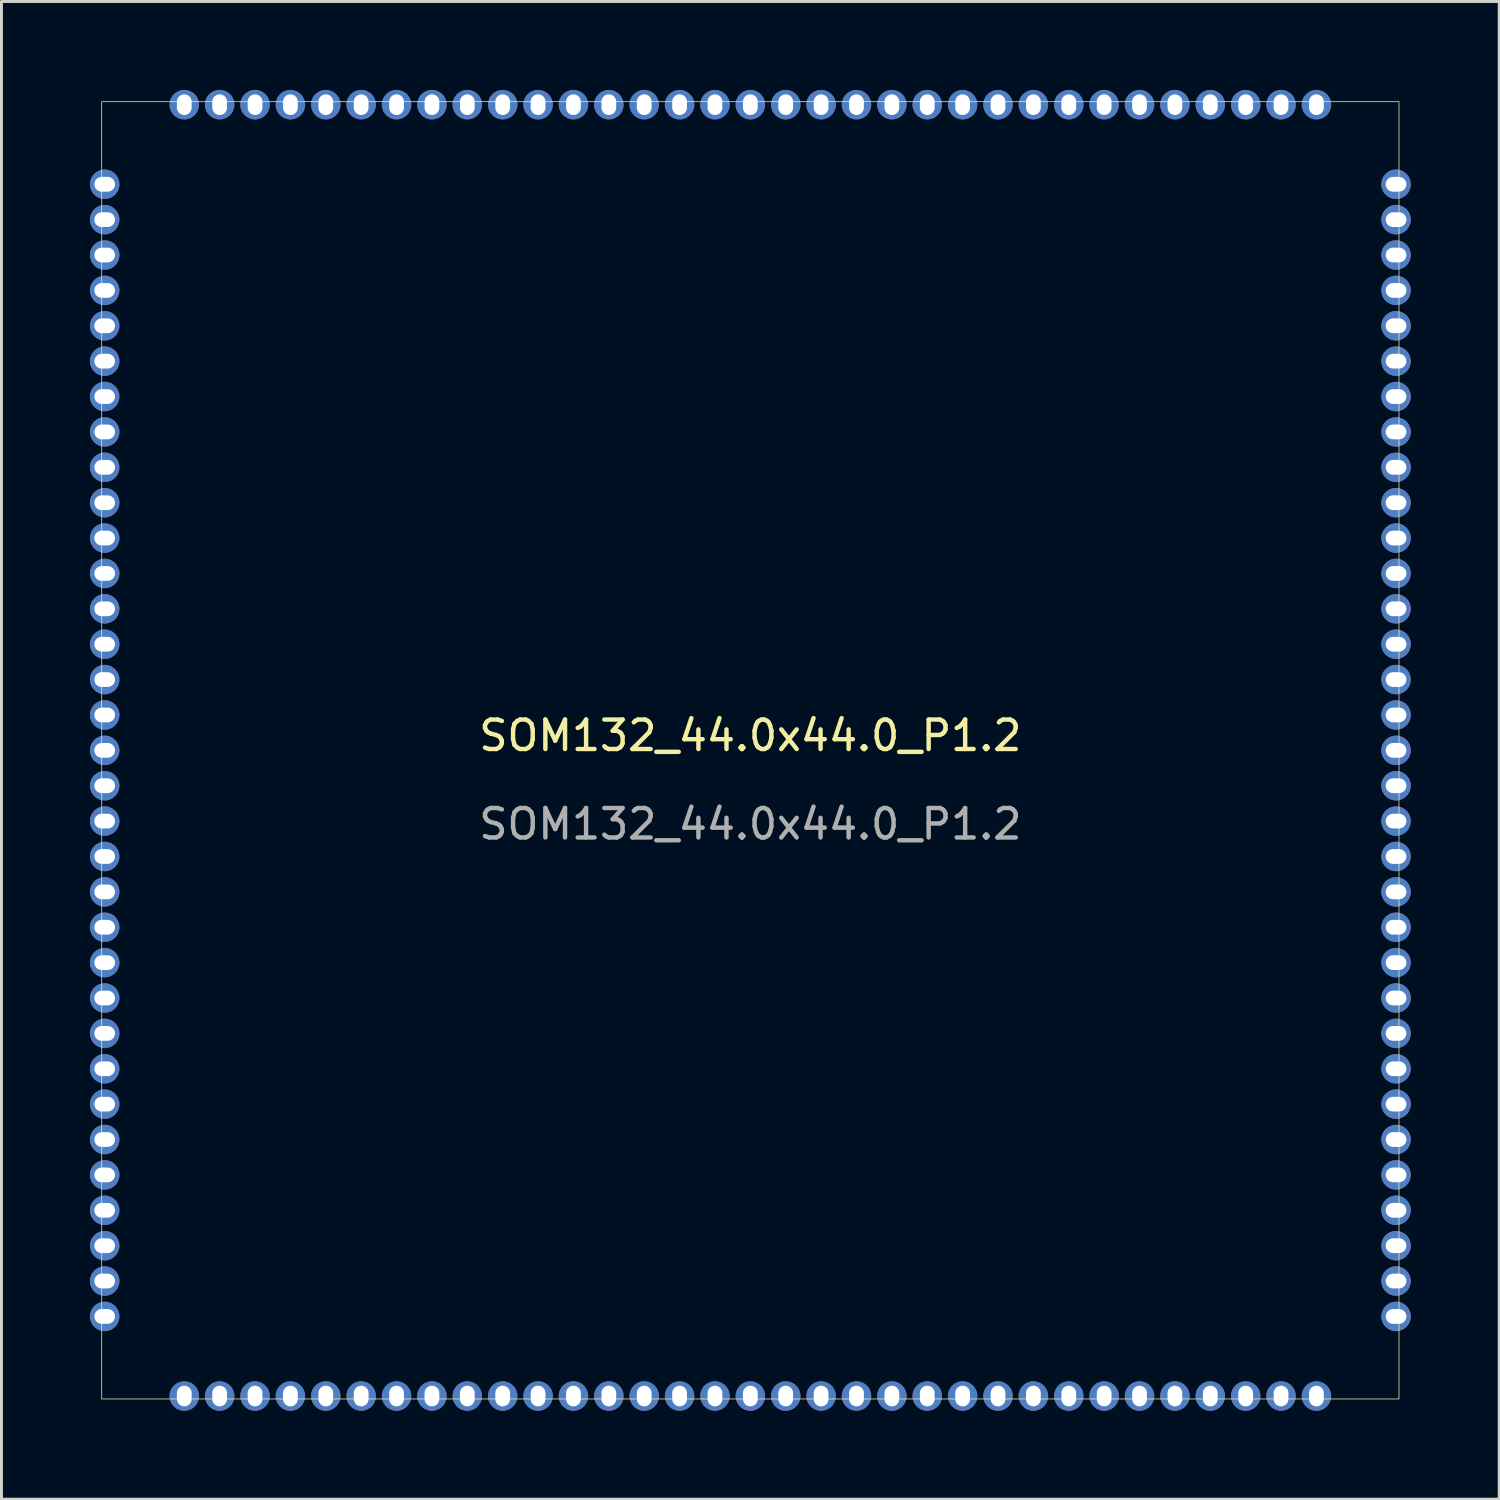
<source format=kicad_pcb>
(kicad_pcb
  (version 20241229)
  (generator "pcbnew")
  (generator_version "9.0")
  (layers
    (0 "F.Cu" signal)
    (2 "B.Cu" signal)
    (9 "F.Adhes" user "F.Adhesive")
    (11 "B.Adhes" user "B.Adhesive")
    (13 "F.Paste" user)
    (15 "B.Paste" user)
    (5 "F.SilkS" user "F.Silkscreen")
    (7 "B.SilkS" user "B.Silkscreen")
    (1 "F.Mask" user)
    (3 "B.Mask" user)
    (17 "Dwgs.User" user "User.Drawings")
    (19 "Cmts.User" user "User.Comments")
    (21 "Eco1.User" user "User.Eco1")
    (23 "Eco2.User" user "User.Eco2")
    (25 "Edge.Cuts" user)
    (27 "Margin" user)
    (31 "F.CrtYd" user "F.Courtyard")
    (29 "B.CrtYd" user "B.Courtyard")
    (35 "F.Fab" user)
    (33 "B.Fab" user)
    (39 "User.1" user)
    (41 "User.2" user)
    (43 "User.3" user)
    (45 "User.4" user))
  (footprint "SOM132_44.0x44.0_P1.2"
    (layer "F.Cu")
    (at 22.4 22.4)
    (property "Reference" "SOM132_44.0x44.0_P1.2" (at 0 -0.5 0) (unlocked yes) (layer "F.SilkS") (effects (font (size 1 1) (thickness 0.15))))
    (attr smd)
    (fp_rect (start -22 -22) (end 22 22) (stroke (width 0.025) (type solid)) (fill no) (layer "F.SilkS"))
    (fp_text user "${REFERENCE}" (at 0 2.5 0) (unlocked yes) (layer "F.Fab") (effects (font (size 1 1) (thickness 0.15))))
    (pad "1" thru_hole circle (at -21.9 -19.2) (size 1 1) (drill oval 0.7 0.5) (layers "*.Cu" "*.Mask"))
    (pad "2" thru_hole circle (at -21.9 -18) (size 1 1) (drill oval 0.7 0.5) (layers "*.Cu" "*.Mask"))
    (pad "3" thru_hole circle (at -21.9 -16.8) (size 1 1) (drill oval 0.7 0.5) (layers "*.Cu" "*.Mask"))
    (pad "4" thru_hole circle (at -21.9 -15.6) (size 1 1) (drill oval 0.7 0.5) (layers "*.Cu" "*.Mask"))
    (pad "5" thru_hole circle (at -21.9 -14.4) (size 1 1) (drill oval 0.7 0.5) (layers "*.Cu" "*.Mask"))
    (pad "6" thru_hole circle (at -21.9 -13.2) (size 1 1) (drill oval 0.7 0.5) (layers "*.Cu" "*.Mask"))
    (pad "7" thru_hole circle (at -21.9 -12) (size 1 1) (drill oval 0.7 0.5) (layers "*.Cu" "*.Mask"))
    (pad "8" thru_hole circle (at -21.9 -10.8) (size 1 1) (drill oval 0.7 0.5) (layers "*.Cu" "*.Mask"))
    (pad "9" thru_hole circle (at -21.9 -9.6) (size 1 1) (drill oval 0.7 0.5) (layers "*.Cu" "*.Mask"))
    (pad "10" thru_hole circle (at -21.9 -8.4) (size 1 1) (drill oval 0.7 0.5) (layers "*.Cu" "*.Mask"))
    (pad "11" thru_hole circle (at -21.9 -7.2) (size 1 1) (drill oval 0.7 0.5) (layers "*.Cu" "*.Mask"))
    (pad "12" thru_hole circle (at -21.9 -6) (size 1 1) (drill oval 0.7 0.5) (layers "*.Cu" "*.Mask"))
    (pad "13" thru_hole circle (at -21.9 -4.8) (size 1 1) (drill oval 0.7 0.5) (layers "*.Cu" "*.Mask"))
    (pad "14" thru_hole circle (at -21.9 -3.6) (size 1 1) (drill oval 0.7 0.5) (layers "*.Cu" "*.Mask"))
    (pad "15" thru_hole circle (at -21.9 -2.4) (size 1 1) (drill oval 0.7 0.5) (layers "*.Cu" "*.Mask"))
    (pad "16" thru_hole circle (at -21.9 -1.2) (size 1 1) (drill oval 0.7 0.5) (layers "*.Cu" "*.Mask"))
    (pad "17" thru_hole circle (at -21.9 0) (size 1 1) (drill oval 0.7 0.5) (layers "*.Cu" "*.Mask"))
    (pad "18" thru_hole circle (at -21.9 1.2) (size 1 1) (drill oval 0.7 0.5) (layers "*.Cu" "*.Mask"))
    (pad "19" thru_hole circle (at -21.9 2.4) (size 1 1) (drill oval 0.7 0.5) (layers "*.Cu" "*.Mask"))
    (pad "20" thru_hole circle (at -21.9 3.6) (size 1 1) (drill oval 0.7 0.5) (layers "*.Cu" "*.Mask"))
    (pad "21" thru_hole circle (at -21.9 4.8) (size 1 1) (drill oval 0.7 0.5) (layers "*.Cu" "*.Mask"))
    (pad "22" thru_hole circle (at -21.9 6) (size 1 1) (drill oval 0.7 0.5) (layers "*.Cu" "*.Mask"))
    (pad "23" thru_hole circle (at -21.9 7.2) (size 1 1) (drill oval 0.7 0.5) (layers "*.Cu" "*.Mask"))
    (pad "24" thru_hole circle (at -21.9 8.4) (size 1 1) (drill oval 0.7 0.5) (layers "*.Cu" "*.Mask"))
    (pad "25" thru_hole circle (at -21.9 9.6) (size 1 1) (drill oval 0.7 0.5) (layers "*.Cu" "*.Mask"))
    (pad "26" thru_hole circle (at -21.9 10.8) (size 1 1) (drill oval 0.7 0.5) (layers "*.Cu" "*.Mask"))
    (pad "27" thru_hole circle (at -21.9 12) (size 1 1) (drill oval 0.7 0.5) (layers "*.Cu" "*.Mask"))
    (pad "28" thru_hole circle (at -21.9 13.2) (size 1 1) (drill oval 0.7 0.5) (layers "*.Cu" "*.Mask"))
    (pad "29" thru_hole circle (at -21.9 14.4) (size 1 1) (drill oval 0.7 0.5) (layers "*.Cu" "*.Mask"))
    (pad "30" thru_hole circle (at -21.9 15.6) (size 1 1) (drill oval 0.7 0.5) (layers "*.Cu" "*.Mask"))
    (pad "31" thru_hole circle (at -21.9 16.8) (size 1 1) (drill oval 0.7 0.5) (layers "*.Cu" "*.Mask"))
    (pad "32" thru_hole circle (at -21.9 18) (size 1 1) (drill oval 0.7 0.5) (layers "*.Cu" "*.Mask"))
    (pad "33" thru_hole circle (at -21.9 19.2) (size 1 1) (drill oval 0.7 0.5) (layers "*.Cu" "*.Mask"))
    (pad "34" thru_hole circle (at -19.2 21.9 90) (size 1 1) (drill oval 0.7 0.5) (layers "*.Cu" "*.Mask"))
    (pad "35" thru_hole circle (at -18 21.9 90) (size 1 1) (drill oval 0.7 0.5) (layers "*.Cu" "*.Mask"))
    (pad "36" thru_hole circle (at -16.8 21.9 90) (size 1 1) (drill oval 0.7 0.5) (layers "*.Cu" "*.Mask"))
    (pad "37" thru_hole circle (at -15.6 21.9 90) (size 1 1) (drill oval 0.7 0.5) (layers "*.Cu" "*.Mask"))
    (pad "38" thru_hole circle (at -14.4 21.9 90) (size 1 1) (drill oval 0.7 0.5) (layers "*.Cu" "*.Mask"))
    (pad "39" thru_hole circle (at -13.2 21.9 90) (size 1 1) (drill oval 0.7 0.5) (layers "*.Cu" "*.Mask"))
    (pad "40" thru_hole circle (at -12 21.9 90) (size 1 1) (drill oval 0.7 0.5) (layers "*.Cu" "*.Mask"))
    (pad "41" thru_hole circle (at -10.8 21.9 90) (size 1 1) (drill oval 0.7 0.5) (layers "*.Cu" "*.Mask"))
    (pad "42" thru_hole circle (at -9.6 21.9 90) (size 1 1) (drill oval 0.7 0.5) (layers "*.Cu" "*.Mask"))
    (pad "43" thru_hole circle (at -8.4 21.9 90) (size 1 1) (drill oval 0.7 0.5) (layers "*.Cu" "*.Mask"))
    (pad "44" thru_hole circle (at -7.2 21.9 90) (size 1 1) (drill oval 0.7 0.5) (layers "*.Cu" "*.Mask"))
    (pad "45" thru_hole circle (at -6 21.9 90) (size 1 1) (drill oval 0.7 0.5) (layers "*.Cu" "*.Mask"))
    (pad "46" thru_hole circle (at -4.8 21.9 90) (size 1 1) (drill oval 0.7 0.5) (layers "*.Cu" "*.Mask"))
    (pad "47" thru_hole circle (at -3.6 21.9 90) (size 1 1) (drill oval 0.7 0.5) (layers "*.Cu" "*.Mask"))
    (pad "48" thru_hole circle (at -2.4 21.9 90) (size 1 1) (drill oval 0.7 0.5) (layers "*.Cu" "*.Mask"))
    (pad "49" thru_hole circle (at -1.2 21.9 90) (size 1 1) (drill oval 0.7 0.5) (layers "*.Cu" "*.Mask"))
    (pad "50" thru_hole circle (at 0 21.9 90) (size 1 1) (drill oval 0.7 0.5) (layers "*.Cu" "*.Mask"))
    (pad "51" thru_hole circle (at 1.2 21.9 90) (size 1 1) (drill oval 0.7 0.5) (layers "*.Cu" "*.Mask"))
    (pad "52" thru_hole circle (at 2.4 21.9 90) (size 1 1) (drill oval 0.7 0.5) (layers "*.Cu" "*.Mask"))
    (pad "53" thru_hole circle (at 3.6 21.9 90) (size 1 1) (drill oval 0.7 0.5) (layers "*.Cu" "*.Mask"))
    (pad "54" thru_hole circle (at 4.8 21.9 90) (size 1 1) (drill oval 0.7 0.5) (layers "*.Cu" "*.Mask"))
    (pad "55" thru_hole circle (at 6 21.9 90) (size 1 1) (drill oval 0.7 0.5) (layers "*.Cu" "*.Mask"))
    (pad "56" thru_hole circle (at 7.2 21.9 90) (size 1 1) (drill oval 0.7 0.5) (layers "*.Cu" "*.Mask"))
    (pad "57" thru_hole circle (at 8.4 21.9 90) (size 1 1) (drill oval 0.7 0.5) (layers "*.Cu" "*.Mask"))
    (pad "58" thru_hole circle (at 9.6 21.9 90) (size 1 1) (drill oval 0.7 0.5) (layers "*.Cu" "*.Mask"))
    (pad "59" thru_hole circle (at 10.8 21.9 90) (size 1 1) (drill oval 0.7 0.5) (layers "*.Cu" "*.Mask"))
    (pad "60" thru_hole circle (at 12 21.9 90) (size 1 1) (drill oval 0.7 0.5) (layers "*.Cu" "*.Mask"))
    (pad "61" thru_hole circle (at 13.2 21.9 90) (size 1 1) (drill oval 0.7 0.5) (layers "*.Cu" "*.Mask"))
    (pad "62" thru_hole circle (at 14.4 21.9 90) (size 1 1) (drill oval 0.7 0.5) (layers "*.Cu" "*.Mask"))
    (pad "63" thru_hole circle (at 15.6 21.9 90) (size 1 1) (drill oval 0.7 0.5) (layers "*.Cu" "*.Mask"))
    (pad "64" thru_hole circle (at 16.8 21.9 90) (size 1 1) (drill oval 0.7 0.5) (layers "*.Cu" "*.Mask"))
    (pad "65" thru_hole circle (at 18 21.9 90) (size 1 1) (drill oval 0.7 0.5) (layers "*.Cu" "*.Mask"))
    (pad "66" thru_hole circle (at 19.2 21.9 90) (size 1 1) (drill oval 0.7 0.5) (layers "*.Cu" "*.Mask"))
    (pad "67" thru_hole circle (at 21.9 19.2) (size 1 1) (drill oval 0.7 0.5) (layers "*.Cu" "*.Mask"))
    (pad "68" thru_hole circle (at 21.9 18) (size 1 1) (drill oval 0.7 0.5) (layers "*.Cu" "*.Mask"))
    (pad "69" thru_hole circle (at 21.9 16.8) (size 1 1) (drill oval 0.7 0.5) (layers "*.Cu" "*.Mask"))
    (pad "70" thru_hole circle (at 21.9 15.6) (size 1 1) (drill oval 0.7 0.5) (layers "*.Cu" "*.Mask"))
    (pad "71" thru_hole circle (at 21.9 14.4) (size 1 1) (drill oval 0.7 0.5) (layers "*.Cu" "*.Mask"))
    (pad "72" thru_hole circle (at 21.9 13.2) (size 1 1) (drill oval 0.7 0.5) (layers "*.Cu" "*.Mask"))
    (pad "73" thru_hole circle (at 21.9 12) (size 1 1) (drill oval 0.7 0.5) (layers "*.Cu" "*.Mask"))
    (pad "74" thru_hole circle (at 21.9 10.8) (size 1 1) (drill oval 0.7 0.5) (layers "*.Cu" "*.Mask"))
    (pad "75" thru_hole circle (at 21.9 9.6) (size 1 1) (drill oval 0.7 0.5) (layers "*.Cu" "*.Mask"))
    (pad "76" thru_hole circle (at 21.9 8.4) (size 1 1) (drill oval 0.7 0.5) (layers "*.Cu" "*.Mask"))
    (pad "77" thru_hole circle (at 21.9 7.2) (size 1 1) (drill oval 0.7 0.5) (layers "*.Cu" "*.Mask"))
    (pad "78" thru_hole circle (at 21.9 6) (size 1 1) (drill oval 0.7 0.5) (layers "*.Cu" "*.Mask"))
    (pad "79" thru_hole circle (at 21.9 4.8) (size 1 1) (drill oval 0.7 0.5) (layers "*.Cu" "*.Mask"))
    (pad "80" thru_hole circle (at 21.9 3.6) (size 1 1) (drill oval 0.7 0.5) (layers "*.Cu" "*.Mask"))
    (pad "81" thru_hole circle (at 21.9 2.4) (size 1 1) (drill oval 0.7 0.5) (layers "*.Cu" "*.Mask"))
    (pad "82" thru_hole circle (at 21.9 1.2) (size 1 1) (drill oval 0.7 0.5) (layers "*.Cu" "*.Mask"))
    (pad "83" thru_hole circle (at 21.9 0) (size 1 1) (drill oval 0.7 0.5) (layers "*.Cu" "*.Mask"))
    (pad "84" thru_hole circle (at 21.9 -1.2) (size 1 1) (drill oval 0.7 0.5) (layers "*.Cu" "*.Mask"))
    (pad "85" thru_hole circle (at 21.9 -2.4) (size 1 1) (drill oval 0.7 0.5) (layers "*.Cu" "*.Mask"))
    (pad "86" thru_hole circle (at 21.9 -3.6) (size 1 1) (drill oval 0.7 0.5) (layers "*.Cu" "*.Mask"))
    (pad "87" thru_hole circle (at 21.9 -4.8) (size 1 1) (drill oval 0.7 0.5) (layers "*.Cu" "*.Mask"))
    (pad "88" thru_hole circle (at 21.9 -6) (size 1 1) (drill oval 0.7 0.5) (layers "*.Cu" "*.Mask"))
    (pad "89" thru_hole circle (at 21.9 -7.2) (size 1 1) (drill oval 0.7 0.5) (layers "*.Cu" "*.Mask"))
    (pad "90" thru_hole circle (at 21.9 -8.4) (size 1 1) (drill oval 0.7 0.5) (layers "*.Cu" "*.Mask"))
    (pad "91" thru_hole circle (at 21.9 -9.6) (size 1 1) (drill oval 0.7 0.5) (layers "*.Cu" "*.Mask"))
    (pad "92" thru_hole circle (at 21.9 -10.8) (size 1 1) (drill oval 0.7 0.5) (layers "*.Cu" "*.Mask"))
    (pad "93" thru_hole circle (at 21.9 -12) (size 1 1) (drill oval 0.7 0.5) (layers "*.Cu" "*.Mask"))
    (pad "94" thru_hole circle (at 21.9 -13.2) (size 1 1) (drill oval 0.7 0.5) (layers "*.Cu" "*.Mask"))
    (pad "95" thru_hole circle (at 21.9 -14.4) (size 1 1) (drill oval 0.7 0.5) (layers "*.Cu" "*.Mask"))
    (pad "96" thru_hole circle (at 21.9 -15.6) (size 1 1) (drill oval 0.7 0.5) (layers "*.Cu" "*.Mask"))
    (pad "97" thru_hole circle (at 21.9 -16.8) (size 1 1) (drill oval 0.7 0.5) (layers "*.Cu" "*.Mask"))
    (pad "98" thru_hole circle (at 21.9 -18) (size 1 1) (drill oval 0.7 0.5) (layers "*.Cu" "*.Mask"))
    (pad "99" thru_hole circle (at 21.9 -19.2) (size 1 1) (drill oval 0.7 0.5) (layers "*.Cu" "*.Mask"))
    (pad "100" thru_hole circle (at 19.2 -21.9 90) (size 1 1) (drill oval 0.7 0.5) (layers "*.Cu" "*.Mask"))
    (pad "101" thru_hole circle (at 18 -21.9 90) (size 1 1) (drill oval 0.7 0.5) (layers "*.Cu" "*.Mask"))
    (pad "102" thru_hole circle (at 16.8 -21.9 90) (size 1 1) (drill oval 0.7 0.5) (layers "*.Cu" "*.Mask"))
    (pad "103" thru_hole circle (at 15.6 -21.9 90) (size 1 1) (drill oval 0.7 0.5) (layers "*.Cu" "*.Mask"))
    (pad "104" thru_hole circle (at 14.4 -21.9 90) (size 1 1) (drill oval 0.7 0.5) (layers "*.Cu" "*.Mask"))
    (pad "105" thru_hole circle (at 13.2 -21.9 90) (size 1 1) (drill oval 0.7 0.5) (layers "*.Cu" "*.Mask"))
    (pad "106" thru_hole circle (at 12 -21.9 90) (size 1 1) (drill oval 0.7 0.5) (layers "*.Cu" "*.Mask"))
    (pad "107" thru_hole circle (at 10.8 -21.9 90) (size 1 1) (drill oval 0.7 0.5) (layers "*.Cu" "*.Mask"))
    (pad "108" thru_hole circle (at 9.6 -21.9 90) (size 1 1) (drill oval 0.7 0.5) (layers "*.Cu" "*.Mask"))
    (pad "109" thru_hole circle (at 8.4 -21.9 90) (size 1 1) (drill oval 0.7 0.5) (layers "*.Cu" "*.Mask"))
    (pad "110" thru_hole circle (at 7.2 -21.9 90) (size 1 1) (drill oval 0.7 0.5) (layers "*.Cu" "*.Mask"))
    (pad "111" thru_hole circle (at 6 -21.9 90) (size 1 1) (drill oval 0.7 0.5) (layers "*.Cu" "*.Mask"))
    (pad "112" thru_hole circle (at 4.8 -21.9 90) (size 1 1) (drill oval 0.7 0.5) (layers "*.Cu" "*.Mask"))
    (pad "113" thru_hole circle (at 3.6 -21.9 90) (size 1 1) (drill oval 0.7 0.5) (layers "*.Cu" "*.Mask"))
    (pad "114" thru_hole circle (at 2.4 -21.9 90) (size 1 1) (drill oval 0.7 0.5) (layers "*.Cu" "*.Mask"))
    (pad "115" thru_hole circle (at 1.2 -21.9 90) (size 1 1) (drill oval 0.7 0.5) (layers "*.Cu" "*.Mask"))
    (pad "116" thru_hole circle (at 0 -21.9 90) (size 1 1) (drill oval 0.7 0.5) (layers "*.Cu" "*.Mask"))
    (pad "117" thru_hole circle (at -1.2 -21.9 90) (size 1 1) (drill oval 0.7 0.5) (layers "*.Cu" "*.Mask"))
    (pad "118" thru_hole circle (at -2.4 -21.9 90) (size 1 1) (drill oval 0.7 0.5) (layers "*.Cu" "*.Mask"))
    (pad "119" thru_hole circle (at -3.6 -21.9 90) (size 1 1) (drill oval 0.7 0.5) (layers "*.Cu" "*.Mask"))
    (pad "120" thru_hole circle (at -4.8 -21.9 90) (size 1 1) (drill oval 0.7 0.5) (layers "*.Cu" "*.Mask"))
    (pad "121" thru_hole circle (at -6 -21.9 90) (size 1 1) (drill oval 0.7 0.5) (layers "*.Cu" "*.Mask"))
    (pad "122" thru_hole circle (at -7.2 -21.9 90) (size 1 1) (drill oval 0.7 0.5) (layers "*.Cu" "*.Mask"))
    (pad "123" thru_hole circle (at -8.4 -21.9 90) (size 1 1) (drill oval 0.7 0.5) (layers "*.Cu" "*.Mask"))
    (pad "124" thru_hole circle (at -9.6 -21.9 90) (size 1 1) (drill oval 0.7 0.5) (layers "*.Cu" "*.Mask"))
    (pad "125" thru_hole circle (at -10.8 -21.9 90) (size 1 1) (drill oval 0.7 0.5) (layers "*.Cu" "*.Mask"))
    (pad "126" thru_hole circle (at -12 -21.9 90) (size 1 1) (drill oval 0.7 0.5) (layers "*.Cu" "*.Mask"))
    (pad "127" thru_hole circle (at -13.2 -21.9 90) (size 1 1) (drill oval 0.7 0.5) (layers "*.Cu" "*.Mask"))
    (pad "128" thru_hole circle (at -14.4 -21.9 90) (size 1 1) (drill oval 0.7 0.5) (layers "*.Cu" "*.Mask"))
    (pad "129" thru_hole circle (at -15.6 -21.9 90) (size 1 1) (drill oval 0.7 0.5) (layers "*.Cu" "*.Mask"))
    (pad "130" thru_hole circle (at -16.8 -21.9 90) (size 1 1) (drill oval 0.7 0.5) (layers "*.Cu" "*.Mask"))
    (pad "131" thru_hole circle (at -18 -21.9 90) (size 1 1) (drill oval 0.7 0.5) (layers "*.Cu" "*.Mask"))
    (pad "132" thru_hole circle (at -19.2 -21.9 90) (size 1 1) (drill oval 0.7 0.5) (layers "*.Cu" "*.Mask")))
  (gr_rect
    (start -3 -3)
    (end 47.8 47.8)
    (stroke (width 0.1) (type default))
    (fill no)
    (layer "Edge.Cuts")))
</source>
